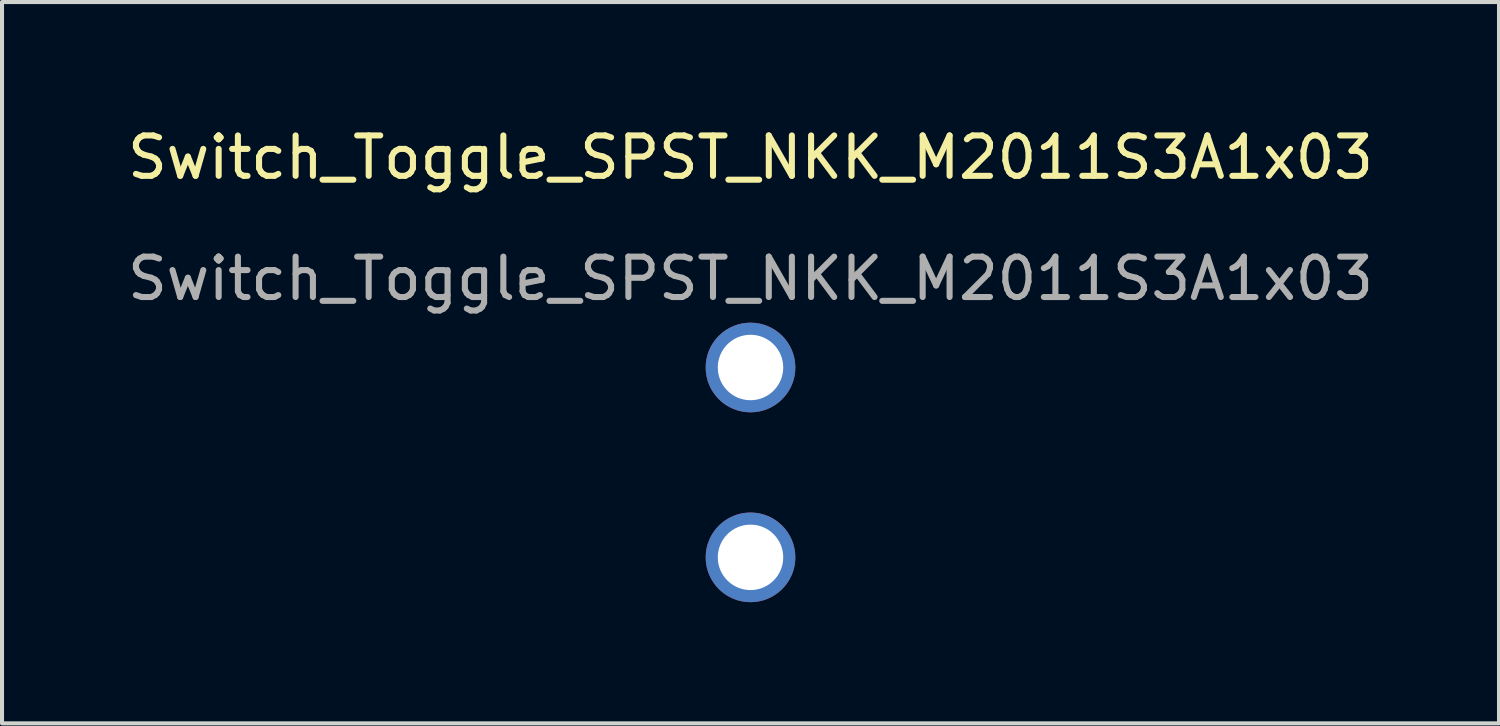
<source format=kicad_pcb>
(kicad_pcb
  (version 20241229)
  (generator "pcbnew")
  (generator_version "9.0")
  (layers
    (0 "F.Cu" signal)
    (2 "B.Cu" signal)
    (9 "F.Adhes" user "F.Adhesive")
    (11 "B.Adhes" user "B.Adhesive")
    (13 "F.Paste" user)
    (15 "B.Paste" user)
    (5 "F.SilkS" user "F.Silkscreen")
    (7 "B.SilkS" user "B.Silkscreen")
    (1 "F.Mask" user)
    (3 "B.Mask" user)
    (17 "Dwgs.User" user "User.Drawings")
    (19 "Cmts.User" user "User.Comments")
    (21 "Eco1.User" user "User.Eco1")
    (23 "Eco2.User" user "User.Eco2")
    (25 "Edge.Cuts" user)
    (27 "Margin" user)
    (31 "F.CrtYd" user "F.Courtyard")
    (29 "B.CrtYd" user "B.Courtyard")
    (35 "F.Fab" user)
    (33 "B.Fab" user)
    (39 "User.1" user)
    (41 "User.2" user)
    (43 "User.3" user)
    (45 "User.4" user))
  (footprint "Switch_Toggle_SPST_NKK_M2011S3A1x03"
    (layer "F.Cu")
    (at 15.53 1.348)
    (property "Reference" "Switch_Toggle_SPST_NKK_M2011S3A1x03" (at 0 -0.5 0) (unlocked yes) (layer "F.SilkS") (effects (font (size 1 1) (thickness 0.15))))
    (attr through_hole)
    (fp_text user "${REFERENCE}" (at 0 2.5 0) (unlocked yes) (layer "F.Fab") (effects (font (size 1 1) (thickness 0.15))))
    (pad "2" thru_hole circle (at 0 4.7) (size 2.22 2.22) (drill 1.62) (layers "*.Cu" "*.Mask"))
    (pad "3" thru_hole circle (at 0 9.4) (size 2.22 2.22) (drill 1.62) (layers "*.Cu" "*.Mask")))
  (gr_rect
    (start -3 -3)
    (end 34.06 14.858)
    (stroke (width 0.1) (type default))
    (fill no)
    (layer "Edge.Cuts")))
</source>
